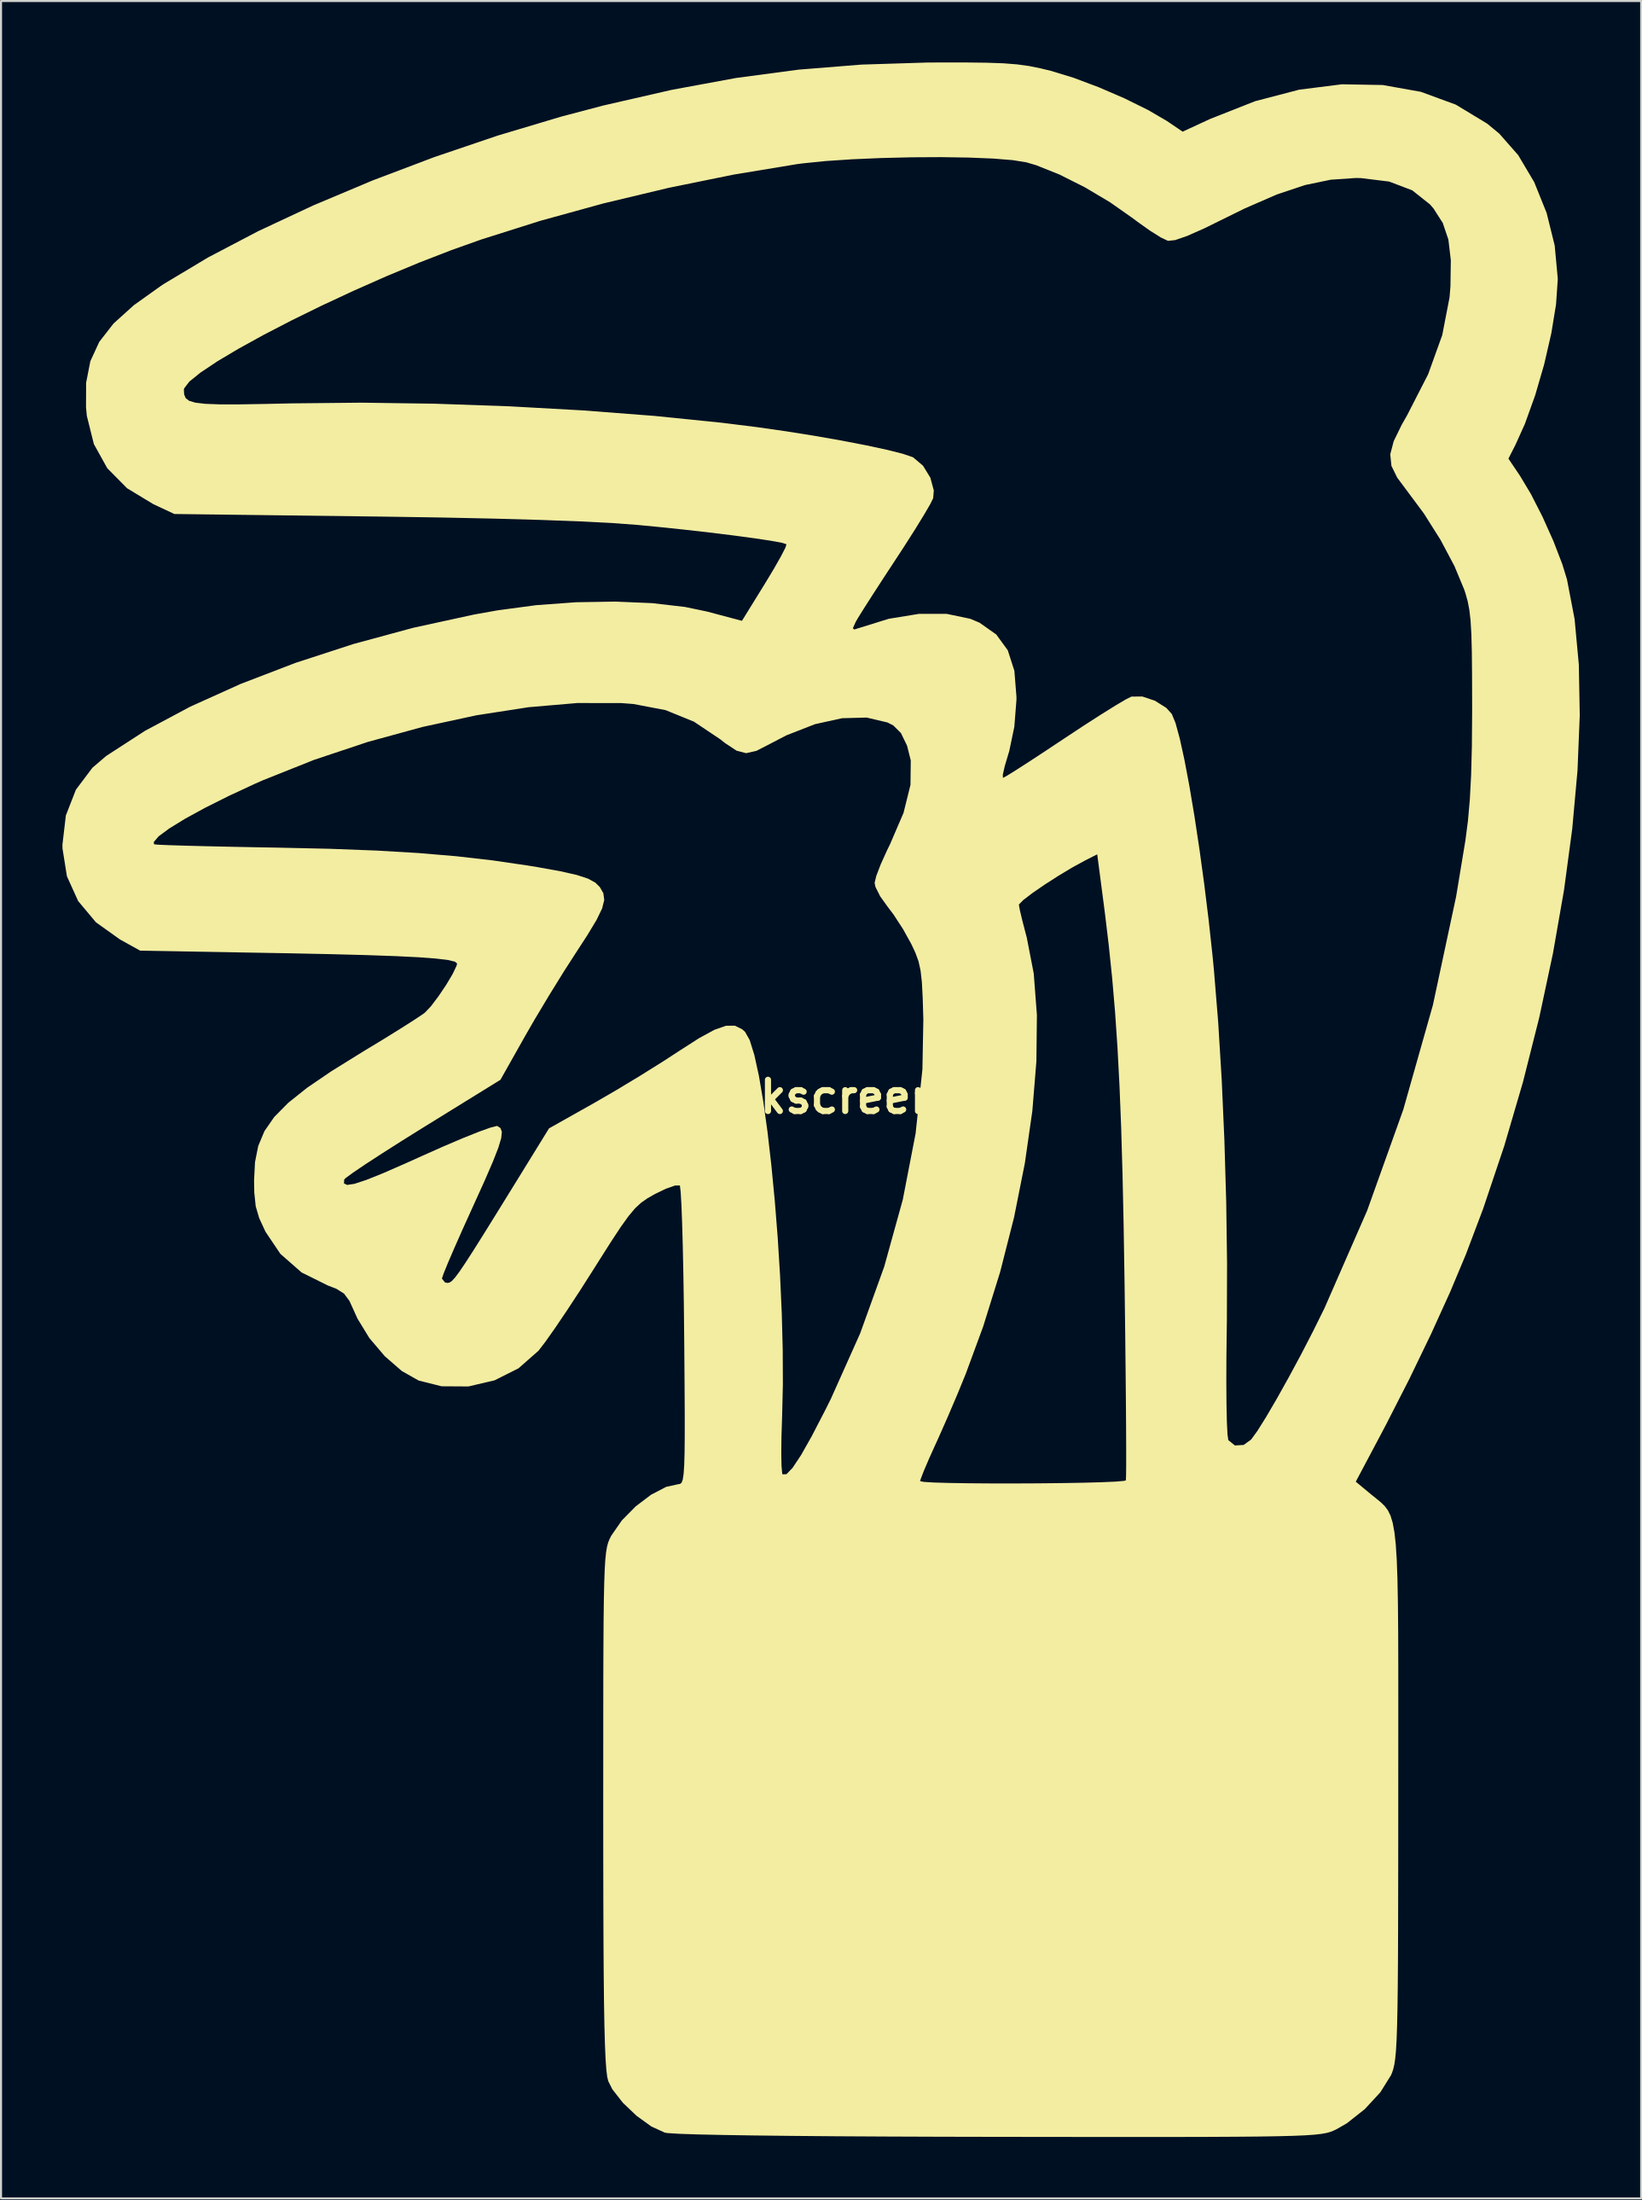
<source format=kicad_pcb>
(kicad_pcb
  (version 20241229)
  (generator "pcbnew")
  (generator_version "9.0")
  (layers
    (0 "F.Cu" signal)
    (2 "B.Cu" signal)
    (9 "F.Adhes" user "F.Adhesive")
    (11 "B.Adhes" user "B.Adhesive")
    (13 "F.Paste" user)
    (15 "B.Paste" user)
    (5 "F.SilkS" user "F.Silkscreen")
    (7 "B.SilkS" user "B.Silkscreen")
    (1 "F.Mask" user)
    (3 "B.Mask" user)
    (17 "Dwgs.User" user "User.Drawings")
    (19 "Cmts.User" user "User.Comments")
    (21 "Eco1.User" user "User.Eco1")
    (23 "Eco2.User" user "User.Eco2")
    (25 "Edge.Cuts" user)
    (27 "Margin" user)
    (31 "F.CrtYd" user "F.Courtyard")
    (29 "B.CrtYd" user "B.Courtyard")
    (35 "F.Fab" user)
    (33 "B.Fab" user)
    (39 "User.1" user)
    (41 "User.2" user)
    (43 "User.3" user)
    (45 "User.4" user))
  (footprint "silkscreen"
    (layer "F.Cu")
    (at 37.079 50.509)
    (property "Reference" "silkscreen" (at 0 0 0) (layer "F.SilkS") (effects (font (size 1.524 1.524) (thickness 0.3))))
    (attr board_only exclude_from_pos_files exclude_from_bom)
    (fp_poly (pts (xy 8.065 -50.497) (xy 8.892 -50.468) (xy 9.561 -50.415) (xy 10.143 -50.335) (xy 10.71 -50.22) (xy 11.206 -50.1) (xy 12.305 -49.765) (xy 13.542 -49.301) (xy 14.797 -48.759) (xy 15.947 -48.192) (xy 16.871 -47.654) (xy 16.955 -47.598) (xy 17.643 -47.13) (xy 18.991 -47.753) (xy 21.182 -48.617) (xy 23.336 -49.18) (xy 25.424 -49.443) (xy 27.416 -49.408) (xy 29.282 -49.076) (xy 30.992 -48.448) (xy 32.516 -47.526) (xy 33.114 -47.033) (xy 34.037 -45.983) (xy 34.819 -44.665) (xy 35.424 -43.166) (xy 35.819 -41.573) (xy 35.968 -39.973) (xy 35.968 -39.893) (xy 35.885 -38.697) (xy 35.654 -37.284) (xy 35.305 -35.767) (xy 34.865 -34.256) (xy 34.363 -32.861) (xy 33.908 -31.851) (xy 33.559 -31.164) (xy 34.124 -30.327) (xy 34.662 -29.429) (xy 35.226 -28.322) (xy 35.755 -27.142) (xy 36.186 -26.025) (xy 36.418 -25.273) (xy 36.791 -23.334) (xy 36.998 -21.107) (xy 37.043 -18.63) (xy 36.934 -15.943) (xy 36.676 -13.085) (xy 36.274 -10.095) (xy 35.735 -7.012) (xy 35.065 -3.876) (xy 34.27 -0.726) (xy 33.354 2.398) (xy 32.325 5.459) (xy 31.48 7.694) (xy 30.709 9.533) (xy 29.776 11.585) (xy 28.727 13.757) (xy 27.605 15.955) (xy 27.374 16.394) (xy 26.102 18.79) (xy 26.869 19.426) (xy 27.118 19.626) (xy 27.332 19.802) (xy 27.516 19.981) (xy 27.672 20.19) (xy 27.801 20.454) (xy 27.906 20.802) (xy 27.99 21.26) (xy 28.055 21.854) (xy 28.104 22.611) (xy 28.138 23.558) (xy 28.16 24.723) (xy 28.173 26.131) (xy 28.178 27.809) (xy 28.179 29.784) (xy 28.178 32.083) (xy 28.177 34.058) (xy 28.176 36.568) (xy 28.173 38.735) (xy 28.169 40.585) (xy 28.163 42.146) (xy 28.153 43.444) (xy 28.139 44.508) (xy 28.12 45.364) (xy 28.096 46.039) (xy 28.066 46.561) (xy 28.029 46.957) (xy 27.985 47.253) (xy 27.932 47.478) (xy 27.871 47.657) (xy 27.822 47.772) (xy 27.301 48.606) (xy 26.542 49.427) (xy 25.666 50.119) (xy 25.145 50.418) (xy 24.999 50.485) (xy 24.843 50.545) (xy 24.651 50.596) (xy 24.399 50.639) (xy 24.063 50.676) (xy 23.618 50.707) (xy 23.04 50.731) (xy 22.305 50.75) (xy 21.387 50.765) (xy 20.263 50.775) (xy 18.908 50.782) (xy 17.296 50.786) (xy 15.405 50.787) (xy 13.209 50.786) (xy 10.684 50.783) (xy 8.702 50.781) (xy 5.784 50.775) (xy 3.112 50.765) (xy 0.7 50.752) (xy -1.436 50.734) (xy -3.283 50.713) (xy -4.827 50.689) (xy -6.052 50.662) (xy -6.944 50.632) (xy -7.489 50.599) (xy -7.648 50.577) (xy -8.307 50.276) (xy -9.029 49.756) (xy -9.702 49.116) (xy -10.217 48.456) (xy -10.416 48.059) (xy -10.467 47.845) (xy -10.51 47.491) (xy -10.547 46.972) (xy -10.577 46.266) (xy -10.603 45.349) (xy -10.623 44.197) (xy -10.638 42.787) (xy -10.649 41.094) (xy -10.656 39.096) (xy -10.66 36.769) (xy -10.661 34.763) (xy -10.66 32.295) (xy -10.659 30.171) (xy -10.657 28.363) (xy -10.651 26.842) (xy -10.643 25.583) (xy -10.63 24.557) (xy -10.612 23.737) (xy -10.589 23.095) (xy -10.559 22.604) (xy -10.521 22.237) (xy -10.475 21.965) (xy -10.42 21.761) (xy -10.355 21.599) (xy -10.28 21.449) (xy -10.26 21.414) (xy -9.751 20.681) (xy -9.075 19.995) (xy -8.323 19.426) (xy -7.585 19.042) (xy -6.987 18.911) (xy -6.9 18.897) (xy -6.83 18.831) (xy -6.805 18.763) (xy 4.82 18.763) (xy 4.996 18.8) (xy 5.484 18.83) (xy 6.227 18.852) (xy 7.166 18.867) (xy 8.243 18.875) (xy 9.401 18.876) (xy 10.58 18.871) (xy 11.723 18.859) (xy 12.771 18.841) (xy 13.667 18.817) (xy 14.353 18.787) (xy 14.77 18.752) (xy 14.87 18.726) (xy 14.88 18.528) (xy 14.886 17.994) (xy 14.886 17.16) (xy 14.881 16.061) (xy 14.871 14.732) (xy 14.856 13.209) (xy 14.838 11.525) (xy 14.815 9.718) (xy 14.808 9.177) (xy 14.762 6.308) (xy 14.707 3.762) (xy 14.641 1.492) (xy 14.559 -0.549) (xy 14.461 -2.408) (xy 14.344 -4.132) (xy 14.204 -5.77) (xy 14.039 -7.367) (xy 13.847 -8.971) (xy 13.789 -9.417) (xy 13.472 -11.843) (xy 12.9 -11.554) (xy 12.27 -11.211) (xy 11.578 -10.796) (xy 10.896 -10.359) (xy 10.299 -9.948) (xy 9.86 -9.612) (xy 9.652 -9.401) (xy 9.645 -9.377) (xy 9.693 -9.112) (xy 9.817 -8.593) (xy 9.991 -7.923) (xy 10.028 -7.787) (xy 10.37 -6.026) (xy 10.525 -3.996) (xy 10.5 -1.743) (xy 10.302 0.685) (xy 9.935 3.242) (xy 9.409 5.881) (xy 8.728 8.554) (xy 7.899 11.216) (xy 7.045 13.534) (xy 6.633 14.539) (xy 6.156 15.655) (xy 5.701 16.684) (xy 5.582 16.944) (xy 5.256 17.665) (xy 5 18.264) (xy 4.848 18.658) (xy 4.82 18.763) (xy -6.805 18.763) (xy -6.775 18.681) (xy -6.734 18.411) (xy -6.705 17.987) (xy -6.687 17.375) (xy -6.679 16.541) (xy -6.679 15.45) (xy -6.687 14.069) (xy -6.7 12.363) (xy -6.706 11.696) (xy -6.723 10.093) (xy -6.747 8.607) (xy -6.775 7.277) (xy -6.807 6.145) (xy -6.842 5.252) (xy -6.878 4.637) (xy -6.913 4.344) (xy -6.922 4.326) (xy -7.151 4.328) (xy -7.6 4.485) (xy -8.127 4.74) (xy -8.496 4.95) (xy -8.809 5.168) (xy -9.106 5.443) (xy -9.426 5.825) (xy -9.81 6.36) (xy -10.297 7.1) (xy -10.926 8.091) (xy -11.151 8.448) (xy -11.805 9.474) (xy -12.444 10.446) (xy -13.022 11.301) (xy -13.497 11.972) (xy -13.822 12.395) (xy -13.829 12.402) (xy -14.801 13.255) (xy -15.968 13.841) (xy -17.247 14.14) (xy -18.556 14.132) (xy -19.68 13.85) (xy -20.499 13.387) (xy -21.331 12.664) (xy -22.084 11.779) (xy -22.666 10.828) (xy -22.788 10.558) (xy -23.058 9.963) (xy -23.323 9.606) (xy -23.693 9.373) (xy -24.113 9.21) (xy -25.398 8.572) (xy -26.432 7.666) (xy -27.159 6.587) (xy -27.466 5.925) (xy -27.637 5.344) (xy -27.707 4.675) (xy -27.718 4.087) (xy -27.672 3.189) (xy -27.514 2.397) (xy -27.212 1.675) (xy -26.735 0.985) (xy -26.051 0.292) (xy -25.129 -0.443) (xy -23.936 -1.256) (xy -22.441 -2.183) (xy -22.272 -2.286) (xy -21.385 -2.823) (xy -20.577 -3.324) (xy -19.917 -3.743) (xy -19.477 -4.036) (xy -19.374 -4.112) (xy -19.082 -4.419) (xy -18.712 -4.907) (xy -18.332 -5.471) (xy -18.014 -6.005) (xy -17.825 -6.404) (xy -17.8 -6.512) (xy -17.906 -6.602) (xy -18.241 -6.682) (xy -18.823 -6.753) (xy -19.674 -6.817) (xy -20.812 -6.873) (xy -22.259 -6.924) (xy -24.033 -6.97) (xy -26.156 -7.014) (xy -26.512 -7.02) (xy -33.28 -7.139) (xy -34.273 -7.689) (xy -35.443 -8.525) (xy -36.311 -9.561) (xy -36.86 -10.771) (xy -37.076 -12.129) (xy -37.079 -12.316) (xy -37.064 -12.444) (xy -32.617 -12.444) (xy -32.603 -12.333) (xy -32.409 -12.314) (xy -31.888 -12.291) (xy -31.086 -12.266) (xy -30.046 -12.239) (xy -28.814 -12.212) (xy -27.434 -12.185) (xy -26.605 -12.171) (xy -24.018 -12.114) (xy -21.735 -12.027) (xy -19.693 -11.907) (xy -17.826 -11.749) (xy -16.069 -11.548) (xy -14.357 -11.298) (xy -13.857 -11.216) (xy -12.751 -11.016) (xy -11.954 -10.836) (xy -11.405 -10.657) (xy -11.044 -10.459) (xy -10.827 -10.244) (xy -10.655 -9.946) (xy -10.611 -9.617) (xy -10.715 -9.201) (xy -10.986 -8.641) (xy -11.444 -7.882) (xy -11.912 -7.164) (xy -12.575 -6.136) (xy -13.311 -4.947) (xy -14.019 -3.765) (xy -14.469 -2.985) (xy -15.682 -0.834) (xy -19.467 1.504) (xy -20.528 2.166) (xy -21.48 2.772) (xy -22.278 3.291) (xy -22.877 3.696) (xy -23.234 3.957) (xy -23.316 4.036) (xy -23.325 4.227) (xy -23.168 4.3) (xy -22.815 4.246) (xy -22.237 4.056) (xy -21.404 3.722) (xy -20.286 3.233) (xy -19.541 2.897) (xy -18.485 2.427) (xy -17.535 2.022) (xy -16.743 1.705) (xy -16.166 1.498) (xy -15.858 1.421) (xy -15.831 1.424) (xy -15.68 1.524) (xy -15.613 1.706) (xy -15.643 2.011) (xy -15.784 2.481) (xy -16.048 3.156) (xy -16.447 4.078) (xy -16.995 5.288) (xy -17.057 5.424) (xy -17.519 6.443) (xy -17.922 7.353) (xy -18.243 8.098) (xy -18.457 8.622) (xy -18.54 8.869) (xy -18.54 8.874) (xy -18.391 9.062) (xy -18.267 9.085) (xy -18.171 9.067) (xy -18.058 8.993) (xy -17.906 8.83) (xy -17.692 8.545) (xy -17.394 8.105) (xy -16.99 7.479) (xy -16.458 6.633) (xy -15.776 5.534) (xy -14.951 4.2) (xy -13.309 1.538) (xy -11.087 0.288) (xy -10.032 -0.323) (xy -8.87 -1.024) (xy -7.754 -1.721) (xy -6.951 -2.243) (xy -5.973 -2.87) (xy -5.229 -3.275) (xy -4.666 -3.472) (xy -4.233 -3.477) (xy -3.878 -3.305) (xy -3.732 -3.175) (xy -3.505 -2.772) (xy -3.278 -2.041) (xy -3.055 -1.023) (xy -2.84 0.239) (xy -2.636 1.703) (xy -2.449 3.326) (xy -2.281 5.066) (xy -2.137 6.881) (xy -2.022 8.728) (xy -1.939 10.566) (xy -1.892 12.352) (xy -1.885 14.043) (xy -1.922 15.592) (xy -1.953 16.559) (xy -1.963 17.392) (xy -1.951 18.022) (xy -1.919 18.38) (xy -1.9 18.432) (xy -1.71 18.424) (xy -1.413 18.116) (xy -1.001 17.498) (xy -0.47 16.559) (xy 0.188 15.288) (xy 0.462 14.739) (xy 1.891 11.547) (xy 3.066 8.289) (xy 3.973 5.018) (xy 4.599 1.788) (xy 4.932 -1.348) (xy 4.977 -3.771) (xy 4.946 -4.833) (xy 4.905 -5.607) (xy 4.84 -6.177) (xy 4.739 -6.627) (xy 4.588 -7.039) (xy 4.391 -7.459) (xy 3.989 -8.185) (xy 3.518 -8.908) (xy 3.232 -9.285) (xy 2.869 -9.792) (xy 2.638 -10.251) (xy 2.596 -10.446) (xy 2.677 -10.786) (xy 2.894 -11.352) (xy 3.206 -12.043) (xy 3.347 -12.329) (xy 4.01 -13.871) (xy 4.349 -15.237) (xy 4.363 -16.426) (xy 4.183 -17.146) (xy 3.883 -17.764) (xy 3.512 -18.134) (xy 3.228 -18.281) (xy 2.209 -18.521) (xy 1.008 -18.49) (xy -0.317 -18.198) (xy -1.708 -17.656) (xy -2.518 -17.234) (xy -3.179 -16.895) (xy -3.682 -16.782) (xy -4.152 -16.906) (xy -4.715 -17.279) (xy -4.943 -17.46) (xy -6.228 -18.32) (xy -7.614 -18.884) (xy -9.183 -19.183) (xy -9.78 -19.229) (xy -11.928 -19.231) (xy -14.307 -19.027) (xy -16.85 -18.633) (xy -19.49 -18.063) (xy -22.159 -17.332) (xy -24.79 -16.455) (xy -27.316 -15.447) (xy -27.647 -15.301) (xy -28.95 -14.696) (xy -30.11 -14.115) (xy -31.092 -13.578) (xy -31.861 -13.106) (xy -32.381 -12.721) (xy -32.617 -12.444) (xy -37.064 -12.444) (xy -36.912 -13.741) (xy -36.421 -14.999) (xy -35.616 -16.069) (xy -34.943 -16.645) (xy -33.05 -17.871) (xy -30.84 -19.051) (xy -28.37 -20.165) (xy -25.694 -21.192) (xy -22.867 -22.112) (xy -19.942 -22.905) (xy -16.975 -23.551) (xy -15.829 -23.756) (xy -13.94 -24.009) (xy -11.993 -24.152) (xy -10.074 -24.184) (xy -8.269 -24.108) (xy -6.664 -23.922) (xy -5.604 -23.701) (xy -3.884 -23.245) (xy -2.754 -25.073) (xy -2.317 -25.798) (xy -1.974 -26.402) (xy -1.76 -26.819) (xy -1.709 -26.985) (xy -1.939 -27.057) (xy -2.485 -27.157) (xy -3.291 -27.278) (xy -4.303 -27.414) (xy -5.466 -27.557) (xy -6.726 -27.7) (xy -8.029 -27.836) (xy -8.992 -27.928) (xy -10.191 -28.017) (xy -11.751 -28.098) (xy -13.667 -28.17) (xy -15.927 -28.234) (xy -18.526 -28.289) (xy -21.454 -28.334) (xy -21.877 -28.339) (xy -31.611 -28.461) (xy -32.647 -28.946) (xy -33.921 -29.718) (xy -34.888 -30.695) (xy -35.544 -31.876) (xy -35.888 -33.256) (xy -35.927 -33.673) (xy -35.923 -34.524) (xy -31.147 -34.524) (xy -31.132 -34.296) (xy -31.059 -34.119) (xy -30.888 -33.987) (xy -30.58 -33.896) (xy -30.094 -33.84) (xy -29.39 -33.814) (xy -28.429 -33.814) (xy -27.17 -33.835) (xy -25.877 -33.863) (xy -22.474 -33.897) (xy -18.904 -33.847) (xy -15.263 -33.72) (xy -11.647 -33.519) (xy -8.152 -33.25) (xy -4.873 -32.917) (xy -3.152 -32.703) (xy -1.746 -32.502) (xy -0.349 -32.28) (xy 0.98 -32.047) (xy 2.182 -31.815) (xy 3.2 -31.596) (xy 3.975 -31.401) (xy 4.447 -31.24) (xy 4.482 -31.224) (xy 4.961 -30.819) (xy 5.32 -30.233) (xy 5.488 -29.61) (xy 5.457 -29.233) (xy 5.317 -28.948) (xy 5.007 -28.416) (xy 4.565 -27.698) (xy 4.028 -26.856) (xy 3.621 -26.234) (xy 3.032 -25.336) (xy 2.501 -24.517) (xy 2.068 -23.84) (xy 1.773 -23.366) (xy 1.673 -23.193) (xy 1.534 -22.885) (xy 1.604 -22.82) (xy 1.747 -22.866) (xy 3.288 -23.344) (xy 4.764 -23.585) (xy 6.113 -23.586) (xy 7.275 -23.343) (xy 7.724 -23.152) (xy 8.54 -22.577) (xy 9.101 -21.808) (xy 9.424 -20.806) (xy 9.526 -19.533) (xy 9.525 -19.379) (xy 9.422 -18.073) (xy 9.174 -16.886) (xy 9.127 -16.732) (xy 8.953 -16.147) (xy 8.859 -15.73) (xy 8.865 -15.574) (xy 9.047 -15.672) (xy 9.487 -15.945) (xy 10.135 -16.361) (xy 10.939 -16.888) (xy 11.851 -17.493) (xy 11.858 -17.498) (xy 12.795 -18.116) (xy 13.649 -18.665) (xy 14.363 -19.11) (xy 14.882 -19.416) (xy 15.143 -19.545) (xy 15.673 -19.55) (xy 16.292 -19.343) (xy 16.847 -18.993) (xy 17.115 -18.695) (xy 17.296 -18.256) (xy 17.504 -17.493) (xy 17.733 -16.451) (xy 17.974 -15.176) (xy 18.22 -13.713) (xy 18.463 -12.106) (xy 18.697 -10.401) (xy 18.914 -8.644) (xy 19.106 -6.879) (xy 19.172 -6.2) (xy 19.38 -3.656) (xy 19.552 -0.848) (xy 19.684 2.12) (xy 19.773 5.143) (xy 19.814 8.117) (xy 19.805 10.937) (xy 19.799 11.34) (xy 19.782 12.695) (xy 19.778 13.937) (xy 19.786 15.015) (xy 19.805 15.878) (xy 19.835 16.475) (xy 19.874 16.757) (xy 19.877 16.763) (xy 20.198 17.022) (xy 20.623 16.996) (xy 20.99 16.732) (xy 21.294 16.313) (xy 21.726 15.624) (xy 22.25 14.728) (xy 22.83 13.69) (xy 23.432 12.573) (xy 24.018 11.439) (xy 24.555 10.354) (xy 24.571 10.321) (xy 26.657 5.555) (xy 28.422 0.623) (xy 29.87 -4.486) (xy 31.004 -9.784) (xy 31.456 -12.515) (xy 31.582 -13.486) (xy 31.674 -14.526) (xy 31.736 -15.707) (xy 31.773 -17.099) (xy 31.786 -18.775) (xy 31.786 -19.189) (xy 31.782 -20.624) (xy 31.771 -21.744) (xy 31.748 -22.605) (xy 31.709 -23.264) (xy 31.65 -23.777) (xy 31.569 -24.199) (xy 31.46 -24.588) (xy 31.405 -24.756) (xy 30.922 -25.918) (xy 30.239 -27.203) (xy 29.429 -28.486) (xy 28.632 -29.557) (xy 28.125 -30.237) (xy 27.843 -30.813) (xy 27.786 -31.375) (xy 27.953 -32.013) (xy 28.344 -32.815) (xy 28.609 -33.28) (xy 29.637 -35.286) (xy 30.326 -37.197) (xy 30.683 -39.042) (xy 30.727 -39.583) (xy 30.745 -40.857) (xy 30.626 -41.86) (xy 30.351 -42.673) (xy 29.899 -43.378) (xy 29.726 -43.579) (xy 28.86 -44.265) (xy 27.734 -44.693) (xy 26.343 -44.864) (xy 26.088 -44.867) (xy 24.88 -44.784) (xy 23.62 -44.522) (xy 22.243 -44.062) (xy 20.685 -43.384) (xy 19.839 -42.968) (xy 18.705 -42.41) (xy 17.86 -42.036) (xy 17.279 -41.836) (xy 16.935 -41.799) (xy 16.916 -41.804) (xy 16.58 -41.963) (xy 16.052 -42.294) (xy 15.431 -42.735) (xy 15.223 -42.892) (xy 14.101 -43.68) (xy 12.867 -44.414) (xy 11.63 -45.035) (xy 10.499 -45.488) (xy 10.012 -45.632) (xy 9.35 -45.739) (xy 8.389 -45.817) (xy 7.197 -45.865) (xy 5.843 -45.886) (xy 4.397 -45.878) (xy 2.929 -45.843) (xy 1.507 -45.782) (xy 0.201 -45.695) (xy -0.919 -45.581) (xy -1.205 -45.543) (xy -4.281 -45.035) (xy -7.465 -44.387) (xy -10.652 -43.626) (xy -13.737 -42.776) (xy -16.615 -41.866) (xy -18.077 -41.346) (xy -19.644 -40.739) (xy -21.246 -40.073) (xy -22.845 -39.366) (xy -24.405 -38.64) (xy -25.889 -37.912) (xy -27.26 -37.202) (xy -28.481 -36.529) (xy -29.516 -35.913) (xy -30.328 -35.372) (xy -30.88 -34.926) (xy -31.134 -34.593) (xy -31.147 -34.524) (xy -35.923 -34.524) (xy -35.922 -34.871) (xy -35.716 -35.92) (xy -35.279 -36.868) (xy -34.581 -37.764) (xy -33.59 -38.657) (xy -32.276 -39.595) (xy -32.114 -39.701) (xy -29.969 -40.986) (xy -27.515 -42.272) (xy -24.811 -43.535) (xy -21.919 -44.751) (xy -18.9 -45.893) (xy -15.814 -46.939) (xy -12.72 -47.863) (xy -10.661 -48.406) (xy -7.309 -49.173) (xy -4.162 -49.753) (xy -1.109 -50.159) (xy 1.956 -50.405) (xy 5.141 -50.505) (xy 5.655 -50.508) (xy 7.01 -50.509)) (stroke (width 0) (type solid)) (fill yes) (layer "F.SilkS")))
  (gr_rect
    (start -3 -3)
    (end 77.123 104.296)
    (stroke (width 0.1) (type default))
    (fill no)
    (layer "Edge.Cuts")))
</source>
